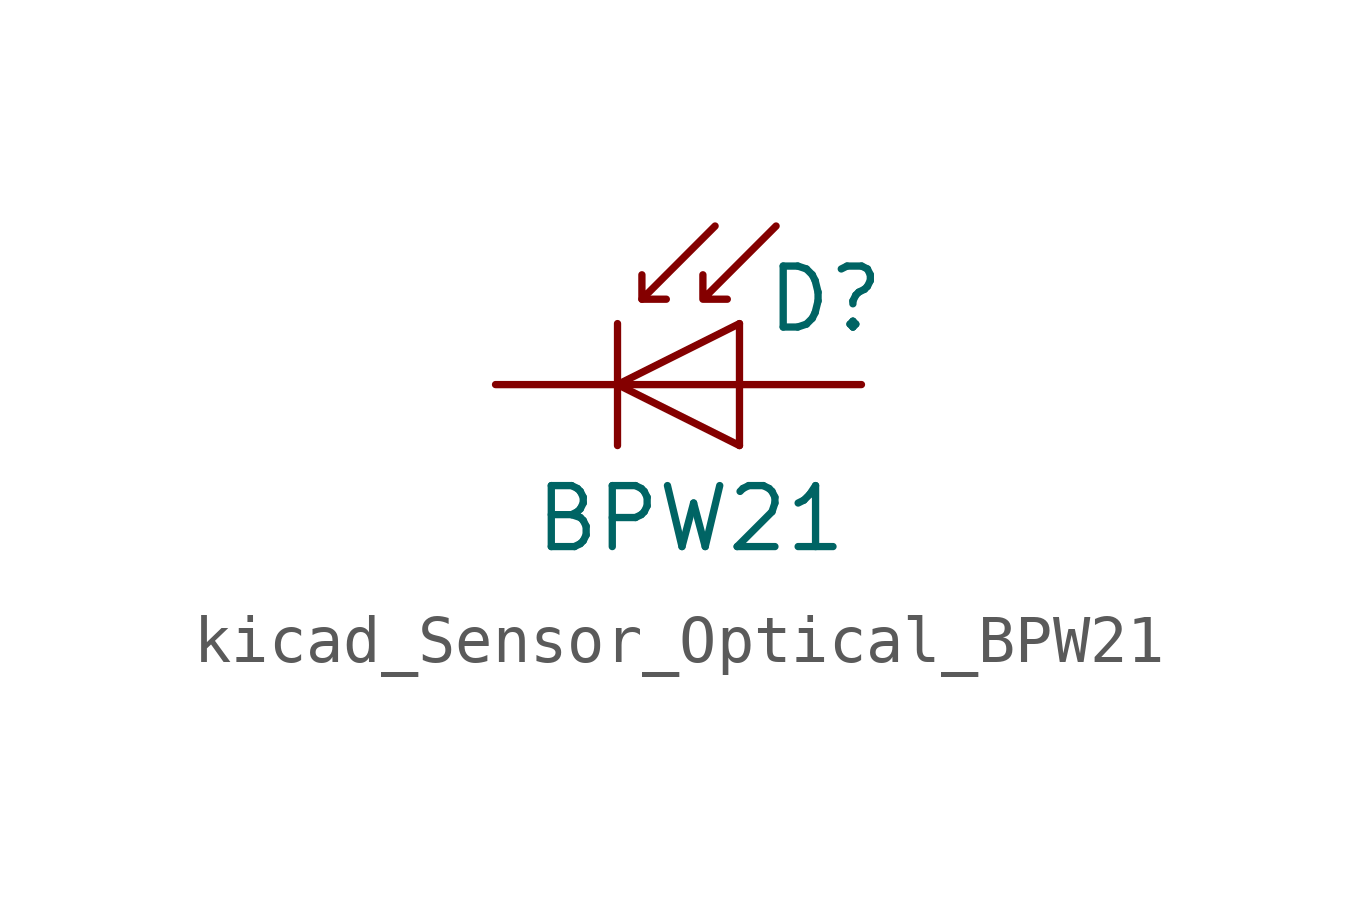
<source format=kicad_sym>
(kicad_symbol_lib
  (version 20220914)
  (generator kicad_symbol_editor)
  (symbol "kicad_Sensor_Optical_BPW21"
    (pin_numbers hide)
    (pin_names hide)
    (property "Reference" "D"
      (at 0.508 1.778 0)
      (effects (font (size 1.27 1.27)) (justify left)))
    (property "Value" "BPW21"
      (at -1.016 -2.794 0)
      (effects (font (size 1.27 1.27))))
    (symbol "kicad_Sensor_Optical_BPW21_0_1"
      (polyline (pts (xy -2.54 1.27) (xy -2.54 -1.27)) (stroke (width 0.152) (type default)) (fill (type none)))
      (polyline (pts (xy -2.032 1.778) (xy -1.524 1.778)) (stroke (width 0) (type default)) (fill (type none)))
      (polyline (pts (xy 0 0) (xy -2.54 0)) (stroke (width 0) (type default)) (fill (type none)))
      (polyline (pts (xy 0 1.27) (xy 0 -1.27)) (stroke (width 0) (type default)) (fill (type none)))
      (polyline (pts (xy -0.508 3.302) (xy -2.032 1.778) (xy -2.032 2.286)) (stroke (width 0) (type default)) (fill (type none)))
      (polyline (pts (xy 0 1.27) (xy -2.54 0) (xy 0 -1.27)) (stroke (width 0) (type default)) (fill (type none)))
      (polyline (pts (xy 0.762 3.302) (xy -0.762 1.778) (xy -0.762 2.286) (xy -0.762 1.778) (xy -0.254 1.778)) (stroke (width 0) (type default)) (fill (type none))))
    (symbol "kicad_Sensor_Optical_BPW21_1_1"
      (pin passive line (at 2.54 0 180) (length 2.54) (name "A" (effects (font (size 1.27 1.27)))) (number "1" (effects (font (size 1.27 1.27)))))
      (pin passive line (at -5.08 0 0) (length 2.54) (name "K" (effects (font (size 1.27 1.27)))) (number "2" (effects (font (size 1.27 1.27))))))))
</source>
